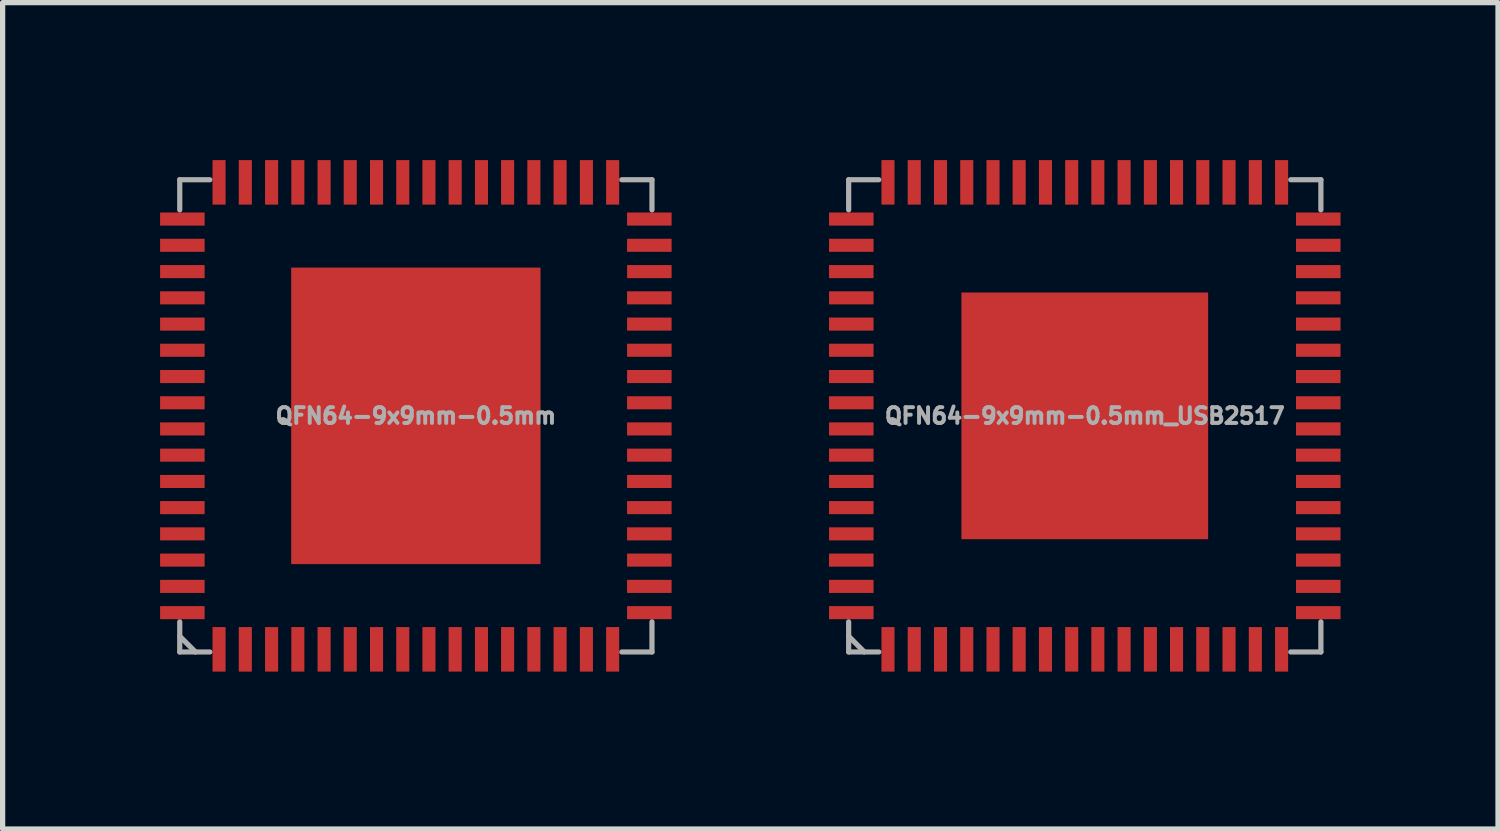
<source format=kicad_pcb>
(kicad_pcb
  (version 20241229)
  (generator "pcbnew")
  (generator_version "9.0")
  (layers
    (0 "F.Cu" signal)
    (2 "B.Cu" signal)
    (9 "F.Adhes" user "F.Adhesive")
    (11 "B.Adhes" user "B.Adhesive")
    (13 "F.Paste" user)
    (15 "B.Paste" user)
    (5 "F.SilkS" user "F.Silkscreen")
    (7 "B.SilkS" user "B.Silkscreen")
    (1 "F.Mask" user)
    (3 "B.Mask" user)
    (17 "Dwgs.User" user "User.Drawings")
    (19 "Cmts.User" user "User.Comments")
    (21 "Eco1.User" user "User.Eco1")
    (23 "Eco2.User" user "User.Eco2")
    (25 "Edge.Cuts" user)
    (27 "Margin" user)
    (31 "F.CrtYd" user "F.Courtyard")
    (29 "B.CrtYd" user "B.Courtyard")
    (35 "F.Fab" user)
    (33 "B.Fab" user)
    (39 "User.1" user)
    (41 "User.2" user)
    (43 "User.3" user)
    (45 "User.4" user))
  (footprint "QFN64-9x9mm-0.5mm"
    (layer "F.Cu")
    (at 4.872 4.872)
    (property "Reference" "QFN64-9x9mm-0.5mm" (at 0 0 0) (layer "F.Fab") (effects (font (size 0.3 0.3) (thickness 0.075))))
    (attr through_hole)
    (fp_line (start -4.498 -4.498) (end -4.498 -3.924) (stroke (width 0.099) (type solid)) (layer "F.Fab"))
    (fp_line (start -4.498 -4.498) (end -3.924 -4.498) (stroke (width 0.099) (type solid)) (layer "F.Fab"))
    (fp_line (start -4.498 3.924) (end -4.498 4.498) (stroke (width 0.099) (type solid)) (layer "F.Fab"))
    (fp_line (start -4.498 4.199) (end -4.199 4.498) (stroke (width 0.099) (type solid)) (layer "F.Fab"))
    (fp_line (start -4.498 4.498) (end -3.924 4.498) (stroke (width 0.099) (type solid)) (layer "F.Fab"))
    (fp_line (start 3.924 -4.498) (end 4.498 -4.498) (stroke (width 0.099) (type solid)) (layer "F.Fab"))
    (fp_line (start 3.924 4.498) (end 4.498 4.498) (stroke (width 0.099) (type solid)) (layer "F.Fab"))
    (fp_line (start 4.498 -4.498) (end 4.498 -3.924) (stroke (width 0.099) (type solid)) (layer "F.Fab"))
    (fp_line (start 4.498 3.924) (end 4.498 4.498) (stroke (width 0.099) (type solid)) (layer "F.Fab"))
    (pad "1" smd rect (at -3.749 4.448 180) (size 0.249 0.848) (layers "F.Cu" "F.Mask" "F.Paste"))
    (pad "2" smd rect (at -3.249 4.448 180) (size 0.249 0.848) (layers "F.Cu" "F.Mask" "F.Paste"))
    (pad "3" smd rect (at -2.748 4.448 180) (size 0.249 0.848) (layers "F.Cu" "F.Mask" "F.Paste"))
    (pad "4" smd rect (at -2.248 4.448 180) (size 0.249 0.848) (layers "F.Cu" "F.Mask" "F.Paste"))
    (pad "5" smd rect (at -1.748 4.448 180) (size 0.249 0.848) (layers "F.Cu" "F.Mask" "F.Paste"))
    (pad "6" smd rect (at -1.25 4.448 180) (size 0.249 0.848) (layers "F.Cu" "F.Mask" "F.Paste"))
    (pad "7" smd rect (at -0.749 4.448 180) (size 0.249 0.848) (layers "F.Cu" "F.Mask" "F.Paste"))
    (pad "8" smd rect (at -0.249 4.448 180) (size 0.249 0.848) (layers "F.Cu" "F.Mask" "F.Paste"))
    (pad "9" smd rect (at 0.249 4.448 180) (size 0.249 0.848) (layers "F.Cu" "F.Mask" "F.Paste"))
    (pad "10" smd rect (at 0.749 4.448 180) (size 0.249 0.848) (layers "F.Cu" "F.Mask" "F.Paste"))
    (pad "11" smd rect (at 1.25 4.448 180) (size 0.249 0.848) (layers "F.Cu" "F.Mask" "F.Paste"))
    (pad "12" smd rect (at 1.748 4.448 180) (size 0.249 0.848) (layers "F.Cu" "F.Mask" "F.Paste"))
    (pad "13" smd rect (at 2.248 4.448 180) (size 0.249 0.848) (layers "F.Cu" "F.Mask" "F.Paste"))
    (pad "14" smd rect (at 2.748 4.448 180) (size 0.249 0.848) (layers "F.Cu" "F.Mask" "F.Paste"))
    (pad "15" smd rect (at 3.249 4.448 180) (size 0.249 0.848) (layers "F.Cu" "F.Mask" "F.Paste"))
    (pad "16" smd rect (at 3.749 4.448 180) (size 0.249 0.848) (layers "F.Cu" "F.Mask" "F.Paste"))
    (pad "17" smd rect (at 4.448 3.749 270) (size 0.249 0.848) (layers "F.Cu" "F.Mask" "F.Paste"))
    (pad "18" smd rect (at 4.448 3.249 270) (size 0.249 0.848) (layers "F.Cu" "F.Mask" "F.Paste"))
    (pad "19" smd rect (at 4.448 2.748 270) (size 0.249 0.848) (layers "F.Cu" "F.Mask" "F.Paste"))
    (pad "20" smd rect (at 4.448 2.248 270) (size 0.249 0.848) (layers "F.Cu" "F.Mask" "F.Paste"))
    (pad "21" smd rect (at 4.448 1.748 270) (size 0.249 0.848) (layers "F.Cu" "F.Mask" "F.Paste"))
    (pad "22" smd rect (at 4.448 1.25 270) (size 0.249 0.848) (layers "F.Cu" "F.Mask" "F.Paste"))
    (pad "23" smd rect (at 4.448 0.749 270) (size 0.249 0.848) (layers "F.Cu" "F.Mask" "F.Paste"))
    (pad "24" smd rect (at 4.448 0.249 270) (size 0.249 0.848) (layers "F.Cu" "F.Mask" "F.Paste"))
    (pad "25" smd rect (at 4.448 -0.249 270) (size 0.249 0.848) (layers "F.Cu" "F.Mask" "F.Paste"))
    (pad "26" smd rect (at 4.448 -0.749 270) (size 0.249 0.848) (layers "F.Cu" "F.Mask" "F.Paste"))
    (pad "27" smd rect (at 4.448 -1.25 270) (size 0.249 0.848) (layers "F.Cu" "F.Mask" "F.Paste"))
    (pad "28" smd rect (at 4.448 -1.748 270) (size 0.249 0.848) (layers "F.Cu" "F.Mask" "F.Paste"))
    (pad "29" smd rect (at 4.448 -2.248 270) (size 0.249 0.848) (layers "F.Cu" "F.Mask" "F.Paste"))
    (pad "30" smd rect (at 4.448 -2.748 270) (size 0.249 0.848) (layers "F.Cu" "F.Mask" "F.Paste"))
    (pad "31" smd rect (at 4.448 -3.249 270) (size 0.249 0.848) (layers "F.Cu" "F.Mask" "F.Paste"))
    (pad "32" smd rect (at 4.448 -3.749 270) (size 0.249 0.848) (layers "F.Cu" "F.Mask" "F.Paste"))
    (pad "33" smd rect (at 3.749 -4.448) (size 0.249 0.848) (layers "F.Cu" "F.Mask" "F.Paste"))
    (pad "34" smd rect (at 3.249 -4.448) (size 0.249 0.848) (layers "F.Cu" "F.Mask" "F.Paste"))
    (pad "35" smd rect (at 2.748 -4.448) (size 0.249 0.848) (layers "F.Cu" "F.Mask" "F.Paste"))
    (pad "36" smd rect (at 2.248 -4.448) (size 0.249 0.848) (layers "F.Cu" "F.Mask" "F.Paste"))
    (pad "37" smd rect (at 1.748 -4.448) (size 0.249 0.848) (layers "F.Cu" "F.Mask" "F.Paste"))
    (pad "38" smd rect (at 1.25 -4.448) (size 0.249 0.848) (layers "F.Cu" "F.Mask" "F.Paste"))
    (pad "39" smd rect (at 0.749 -4.448) (size 0.249 0.848) (layers "F.Cu" "F.Mask" "F.Paste"))
    (pad "40" smd rect (at 0.249 -4.448) (size 0.249 0.848) (layers "F.Cu" "F.Mask" "F.Paste"))
    (pad "41" smd rect (at -0.249 -4.448) (size 0.249 0.848) (layers "F.Cu" "F.Mask" "F.Paste"))
    (pad "42" smd rect (at -0.749 -4.448) (size 0.249 0.848) (layers "F.Cu" "F.Mask" "F.Paste"))
    (pad "43" smd rect (at -1.25 -4.448) (size 0.249 0.848) (layers "F.Cu" "F.Mask" "F.Paste"))
    (pad "44" smd rect (at -1.748 -4.448) (size 0.249 0.848) (layers "F.Cu" "F.Mask" "F.Paste"))
    (pad "45" smd rect (at -2.248 -4.448) (size 0.249 0.848) (layers "F.Cu" "F.Mask" "F.Paste"))
    (pad "46" smd rect (at -2.748 -4.448) (size 0.249 0.848) (layers "F.Cu" "F.Mask" "F.Paste"))
    (pad "47" smd rect (at -3.249 -4.448) (size 0.249 0.848) (layers "F.Cu" "F.Mask" "F.Paste"))
    (pad "48" smd rect (at -3.749 -4.448) (size 0.249 0.848) (layers "F.Cu" "F.Mask" "F.Paste"))
    (pad "49" smd rect (at -4.448 -3.749 90) (size 0.249 0.848) (layers "F.Cu" "F.Mask" "F.Paste"))
    (pad "50" smd rect (at -4.448 -3.249 90) (size 0.249 0.848) (layers "F.Cu" "F.Mask" "F.Paste"))
    (pad "51" smd rect (at -4.448 -2.748 90) (size 0.249 0.848) (layers "F.Cu" "F.Mask" "F.Paste"))
    (pad "52" smd rect (at -4.448 -2.248 90) (size 0.249 0.848) (layers "F.Cu" "F.Mask" "F.Paste"))
    (pad "53" smd rect (at -4.448 -1.748 90) (size 0.249 0.848) (layers "F.Cu" "F.Mask" "F.Paste"))
    (pad "54" smd rect (at -4.448 -1.25 90) (size 0.249 0.848) (layers "F.Cu" "F.Mask" "F.Paste"))
    (pad "55" smd rect (at -4.448 -0.749 90) (size 0.249 0.848) (layers "F.Cu" "F.Mask" "F.Paste"))
    (pad "56" smd rect (at -4.448 -0.249 90) (size 0.249 0.848) (layers "F.Cu" "F.Mask" "F.Paste"))
    (pad "57" smd rect (at -4.448 0.249 90) (size 0.249 0.848) (layers "F.Cu" "F.Mask" "F.Paste"))
    (pad "58" smd rect (at -4.448 0.749 90) (size 0.249 0.848) (layers "F.Cu" "F.Mask" "F.Paste"))
    (pad "59" smd rect (at -4.448 1.25 90) (size 0.249 0.848) (layers "F.Cu" "F.Mask" "F.Paste"))
    (pad "60" smd rect (at -4.448 1.748 90) (size 0.249 0.848) (layers "F.Cu" "F.Mask" "F.Paste"))
    (pad "61" smd rect (at -4.448 2.248 90) (size 0.249 0.848) (layers "F.Cu" "F.Mask" "F.Paste"))
    (pad "62" smd rect (at -4.448 2.748 90) (size 0.249 0.848) (layers "F.Cu" "F.Mask" "F.Paste"))
    (pad "63" smd rect (at -4.448 3.249 90) (size 0.249 0.848) (layers "F.Cu" "F.Mask" "F.Paste"))
    (pad "64" smd rect (at -4.448 3.749 90) (size 0.249 0.848) (layers "F.Cu" "F.Mask" "F.Paste"))
    (pad "EP" smd rect (at 0 0) (size 4.75 5.649) (layers "F.Cu" "F.Mask" "F.Paste")))
  (footprint "QFN64-9x9mm-0.5mm_USB2517"
    (layer "F.Cu")
    (at 17.615 4.872)
    (property "Reference" "QFN64-9x9mm-0.5mm_USB2517" (at 0 0 0) (layer "F.Fab") (effects (font (size 0.3 0.3) (thickness 0.075))))
    (attr through_hole)
    (fp_line (start -4.498 -4.498) (end -4.498 -3.924) (stroke (width 0.099) (type solid)) (layer "F.Fab"))
    (fp_line (start -4.498 -4.498) (end -3.924 -4.498) (stroke (width 0.099) (type solid)) (layer "F.Fab"))
    (fp_line (start -4.498 3.924) (end -4.498 4.498) (stroke (width 0.099) (type solid)) (layer "F.Fab"))
    (fp_line (start -4.498 4.199) (end -4.199 4.498) (stroke (width 0.099) (type solid)) (layer "F.Fab"))
    (fp_line (start -4.498 4.498) (end -3.924 4.498) (stroke (width 0.099) (type solid)) (layer "F.Fab"))
    (fp_line (start 3.924 -4.498) (end 4.498 -4.498) (stroke (width 0.099) (type solid)) (layer "F.Fab"))
    (fp_line (start 3.924 4.498) (end 4.498 4.498) (stroke (width 0.099) (type solid)) (layer "F.Fab"))
    (fp_line (start 4.498 -4.498) (end 4.498 -3.924) (stroke (width 0.099) (type solid)) (layer "F.Fab"))
    (fp_line (start 4.498 3.924) (end 4.498 4.498) (stroke (width 0.099) (type solid)) (layer "F.Fab"))
    (pad "1" smd rect (at -3.749 4.448 180) (size 0.249 0.848) (layers "F.Cu" "F.Mask" "F.Paste"))
    (pad "2" smd rect (at -3.249 4.448 180) (size 0.249 0.848) (layers "F.Cu" "F.Mask" "F.Paste"))
    (pad "3" smd rect (at -2.748 4.448 180) (size 0.249 0.848) (layers "F.Cu" "F.Mask" "F.Paste"))
    (pad "4" smd rect (at -2.248 4.448 180) (size 0.249 0.848) (layers "F.Cu" "F.Mask" "F.Paste"))
    (pad "5" smd rect (at -1.748 4.448 180) (size 0.249 0.848) (layers "F.Cu" "F.Mask" "F.Paste"))
    (pad "6" smd rect (at -1.25 4.448 180) (size 0.249 0.848) (layers "F.Cu" "F.Mask" "F.Paste"))
    (pad "7" smd rect (at -0.749 4.448 180) (size 0.249 0.848) (layers "F.Cu" "F.Mask" "F.Paste"))
    (pad "8" smd rect (at -0.249 4.448 180) (size 0.249 0.848) (layers "F.Cu" "F.Mask" "F.Paste"))
    (pad "9" smd rect (at 0.249 4.448 180) (size 0.249 0.848) (layers "F.Cu" "F.Mask" "F.Paste"))
    (pad "10" smd rect (at 0.749 4.448 180) (size 0.249 0.848) (layers "F.Cu" "F.Mask" "F.Paste"))
    (pad "11" smd rect (at 1.25 4.448 180) (size 0.249 0.848) (layers "F.Cu" "F.Mask" "F.Paste"))
    (pad "12" smd rect (at 1.748 4.448 180) (size 0.249 0.848) (layers "F.Cu" "F.Mask" "F.Paste"))
    (pad "13" smd rect (at 2.248 4.448 180) (size 0.249 0.848) (layers "F.Cu" "F.Mask" "F.Paste"))
    (pad "14" smd rect (at 2.748 4.448 180) (size 0.249 0.848) (layers "F.Cu" "F.Mask" "F.Paste"))
    (pad "15" smd rect (at 3.249 4.448 180) (size 0.249 0.848) (layers "F.Cu" "F.Mask" "F.Paste"))
    (pad "16" smd rect (at 3.749 4.448 180) (size 0.249 0.848) (layers "F.Cu" "F.Mask" "F.Paste"))
    (pad "17" smd rect (at 4.448 3.749 270) (size 0.249 0.848) (layers "F.Cu" "F.Mask" "F.Paste"))
    (pad "18" smd rect (at 4.448 3.249 270) (size 0.249 0.848) (layers "F.Cu" "F.Mask" "F.Paste"))
    (pad "19" smd rect (at 4.448 2.748 270) (size 0.249 0.848) (layers "F.Cu" "F.Mask" "F.Paste"))
    (pad "20" smd rect (at 4.448 2.248 270) (size 0.249 0.848) (layers "F.Cu" "F.Mask" "F.Paste"))
    (pad "21" smd rect (at 4.448 1.748 270) (size 0.249 0.848) (layers "F.Cu" "F.Mask" "F.Paste"))
    (pad "22" smd rect (at 4.448 1.25 270) (size 0.249 0.848) (layers "F.Cu" "F.Mask" "F.Paste"))
    (pad "23" smd rect (at 4.448 0.749 270) (size 0.249 0.848) (layers "F.Cu" "F.Mask" "F.Paste"))
    (pad "24" smd rect (at 4.448 0.249 270) (size 0.249 0.848) (layers "F.Cu" "F.Mask" "F.Paste"))
    (pad "25" smd rect (at 4.448 -0.249 270) (size 0.249 0.848) (layers "F.Cu" "F.Mask" "F.Paste"))
    (pad "26" smd rect (at 4.448 -0.749 270) (size 0.249 0.848) (layers "F.Cu" "F.Mask" "F.Paste"))
    (pad "27" smd rect (at 4.448 -1.25 270) (size 0.249 0.848) (layers "F.Cu" "F.Mask" "F.Paste"))
    (pad "28" smd rect (at 4.448 -1.748 270) (size 0.249 0.848) (layers "F.Cu" "F.Mask" "F.Paste"))
    (pad "29" smd rect (at 4.448 -2.248 270) (size 0.249 0.848) (layers "F.Cu" "F.Mask" "F.Paste"))
    (pad "30" smd rect (at 4.448 -2.748 270) (size 0.249 0.848) (layers "F.Cu" "F.Mask" "F.Paste"))
    (pad "31" smd rect (at 4.448 -3.249 270) (size 0.249 0.848) (layers "F.Cu" "F.Mask" "F.Paste"))
    (pad "32" smd rect (at 4.448 -3.749 270) (size 0.249 0.848) (layers "F.Cu" "F.Mask" "F.Paste"))
    (pad "33" smd rect (at 3.749 -4.448) (size 0.249 0.848) (layers "F.Cu" "F.Mask" "F.Paste"))
    (pad "34" smd rect (at 3.249 -4.448) (size 0.249 0.848) (layers "F.Cu" "F.Mask" "F.Paste"))
    (pad "35" smd rect (at 2.748 -4.448) (size 0.249 0.848) (layers "F.Cu" "F.Mask" "F.Paste"))
    (pad "36" smd rect (at 2.248 -4.448) (size 0.249 0.848) (layers "F.Cu" "F.Mask" "F.Paste"))
    (pad "37" smd rect (at 1.748 -4.448) (size 0.249 0.848) (layers "F.Cu" "F.Mask" "F.Paste"))
    (pad "38" smd rect (at 1.25 -4.448) (size 0.249 0.848) (layers "F.Cu" "F.Mask" "F.Paste"))
    (pad "39" smd rect (at 0.749 -4.448) (size 0.249 0.848) (layers "F.Cu" "F.Mask" "F.Paste"))
    (pad "40" smd rect (at 0.249 -4.448) (size 0.249 0.848) (layers "F.Cu" "F.Mask" "F.Paste"))
    (pad "41" smd rect (at -0.249 -4.448) (size 0.249 0.848) (layers "F.Cu" "F.Mask" "F.Paste"))
    (pad "42" smd rect (at -0.749 -4.448) (size 0.249 0.848) (layers "F.Cu" "F.Mask" "F.Paste"))
    (pad "43" smd rect (at -1.25 -4.448) (size 0.249 0.848) (layers "F.Cu" "F.Mask" "F.Paste"))
    (pad "44" smd rect (at -1.748 -4.448) (size 0.249 0.848) (layers "F.Cu" "F.Mask" "F.Paste"))
    (pad "45" smd rect (at -2.248 -4.448) (size 0.249 0.848) (layers "F.Cu" "F.Mask" "F.Paste"))
    (pad "46" smd rect (at -2.748 -4.448) (size 0.249 0.848) (layers "F.Cu" "F.Mask" "F.Paste"))
    (pad "47" smd rect (at -3.249 -4.448) (size 0.249 0.848) (layers "F.Cu" "F.Mask" "F.Paste"))
    (pad "48" smd rect (at -3.749 -4.448) (size 0.249 0.848) (layers "F.Cu" "F.Mask" "F.Paste"))
    (pad "49" smd rect (at -4.448 -3.749 90) (size 0.249 0.848) (layers "F.Cu" "F.Mask" "F.Paste"))
    (pad "50" smd rect (at -4.448 -3.249 90) (size 0.249 0.848) (layers "F.Cu" "F.Mask" "F.Paste"))
    (pad "51" smd rect (at -4.448 -2.748 90) (size 0.249 0.848) (layers "F.Cu" "F.Mask" "F.Paste"))
    (pad "52" smd rect (at -4.448 -2.248 90) (size 0.249 0.848) (layers "F.Cu" "F.Mask" "F.Paste"))
    (pad "53" smd rect (at -4.448 -1.748 90) (size 0.249 0.848) (layers "F.Cu" "F.Mask" "F.Paste"))
    (pad "54" smd rect (at -4.448 -1.25 90) (size 0.249 0.848) (layers "F.Cu" "F.Mask" "F.Paste"))
    (pad "55" smd rect (at -4.448 -0.749 90) (size 0.249 0.848) (layers "F.Cu" "F.Mask" "F.Paste"))
    (pad "56" smd rect (at -4.448 -0.249 90) (size 0.249 0.848) (layers "F.Cu" "F.Mask" "F.Paste"))
    (pad "57" smd rect (at -4.448 0.249 90) (size 0.249 0.848) (layers "F.Cu" "F.Mask" "F.Paste"))
    (pad "58" smd rect (at -4.448 0.749 90) (size 0.249 0.848) (layers "F.Cu" "F.Mask" "F.Paste"))
    (pad "59" smd rect (at -4.448 1.25 90) (size 0.249 0.848) (layers "F.Cu" "F.Mask" "F.Paste"))
    (pad "60" smd rect (at -4.448 1.748 90) (size 0.249 0.848) (layers "F.Cu" "F.Mask" "F.Paste"))
    (pad "61" smd rect (at -4.448 2.248 90) (size 0.249 0.848) (layers "F.Cu" "F.Mask" "F.Paste"))
    (pad "62" smd rect (at -4.448 2.748 90) (size 0.249 0.848) (layers "F.Cu" "F.Mask" "F.Paste"))
    (pad "63" smd rect (at -4.448 3.249 90) (size 0.249 0.848) (layers "F.Cu" "F.Mask" "F.Paste"))
    (pad "64" smd rect (at -4.448 3.749 90) (size 0.249 0.848) (layers "F.Cu" "F.Mask" "F.Paste"))
    (pad "EXP" smd rect (at 0 0) (size 4.7 4.7) (layers "F.Cu" "F.Mask" "F.Paste")))
  (gr_rect
    (start -3 -3)
    (end 25.487 12.743)
    (stroke (width 0.1) (type default))
    (fill no)
    (layer "Edge.Cuts")))
</source>
